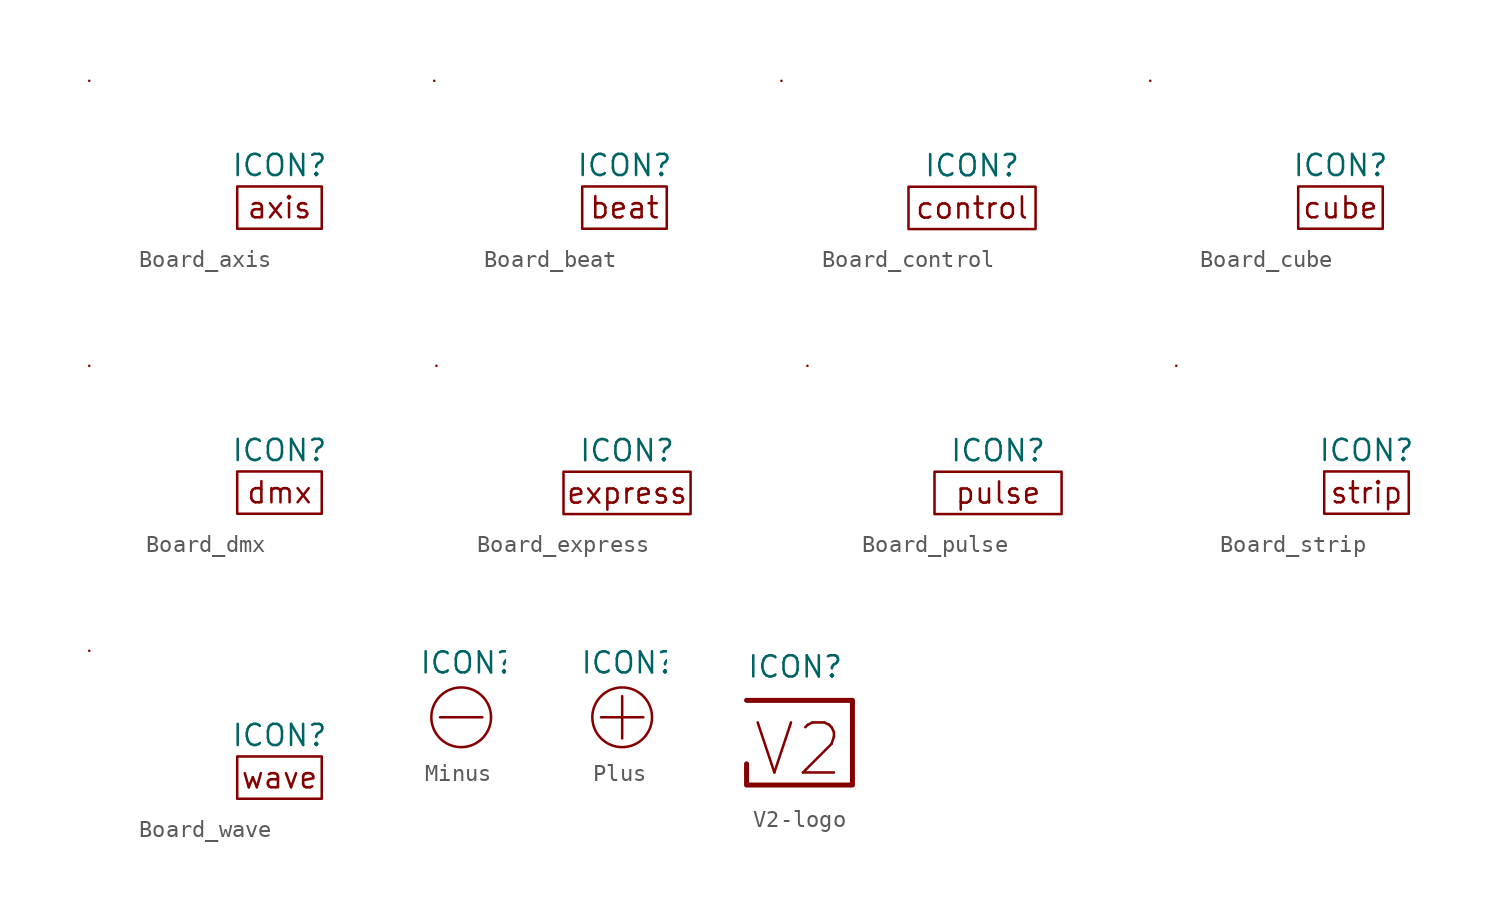
<source format=kicad_sym>
(kicad_symbol_lib
  (version 20220914)
  (generator kicad_symbol_editor)
  (symbol "Board_axis"
    (property "Reference" "ICON"
      (at 0 2.54 0)
      (effects (font (size 1.27 1.27))))
    (symbol "Board_axis_0_0"
      (rectangle (start -11.43 7.62) (end -11.43 7.62) (stroke (width 0) (type default)) (fill (type none)))
      (rectangle (start 2.54 -1.27) (end -2.54 1.27) (stroke (width 0) (type default)) (fill (type none)))
      (text "axis" (at 0 0 0) (effects (font (size 1.27 1.27))))))
  (symbol "Board_beat"
    (property "Reference" "ICON"
      (at 0 2.54 0)
      (effects (font (size 1.27 1.27))))
    (symbol "Board_beat_0_0"
      (rectangle (start -11.43 7.62) (end -11.43 7.62) (stroke (width 0) (type default)) (fill (type none)))
      (rectangle (start 2.54 -1.27) (end -2.54 1.27) (stroke (width 0) (type default)) (fill (type none))))
    (symbol "Board_beat_1_0"
      (text "beat" (at 0 0 0) (effects (font (size 1.27 1.27))))))
  (symbol "Board_control"
    (property "Reference" "ICON"
      (at 0 2.54 0)
      (effects (font (size 1.27 1.27))))
    (symbol "Board_control_0_0"
      (rectangle (start -11.43 7.62) (end -11.43 7.62) (stroke (width 0) (type default)) (fill (type none)))
      (rectangle (start -3.81 1.27) (end 3.81 -1.27) (stroke (width 0) (type default)) (fill (type none)))
      (text "control" (at 0 0 0) (effects (font (size 1.27 1.27))))))
  (symbol "Board_cube"
    (property "Reference" "ICON"
      (at 0 2.54 0)
      (effects (font (size 1.27 1.27))))
    (symbol "Board_cube_0_0"
      (rectangle (start -11.43 7.62) (end -11.43 7.62) (stroke (width 0) (type default)) (fill (type none)))
      (rectangle (start 2.54 -1.27) (end -2.54 1.27) (stroke (width 0) (type default)) (fill (type none))))
    (symbol "Board_cube_1_0"
      (text "cube" (at 0 0 0) (effects (font (size 1.27 1.27))))))
  (symbol "Board_dmx"
    (property "Reference" "ICON"
      (at 0 2.54 0)
      (effects (font (size 1.27 1.27))))
    (symbol "Board_dmx_0_0"
      (rectangle (start -11.43 7.62) (end -11.43 7.62) (stroke (width 0) (type default)) (fill (type none)))
      (rectangle (start 2.54 -1.27) (end -2.54 1.27) (stroke (width 0) (type default)) (fill (type none)))
      (text "dmx" (at 0 0 0) (effects (font (size 1.27 1.27))))))
  (symbol "Board_express"
    (property "Reference" "ICON"
      (at 0 2.54 0)
      (effects (font (size 1.27 1.27))))
    (symbol "Board_express_0_0"
      (rectangle (start -11.43 7.62) (end -11.43 7.62) (stroke (width 0) (type default)) (fill (type none)))
      (rectangle (start -3.81 1.27) (end 3.81 -1.27) (stroke (width 0) (type default)) (fill (type none)))
      (text "express" (at 0 0 0) (effects (font (size 1.27 1.27))))))
  (symbol "Board_pulse"
    (property "Reference" "ICON"
      (at 0 2.54 0)
      (effects (font (size 1.27 1.27))))
    (symbol "Board_pulse_0_0"
      (rectangle (start -11.43 7.62) (end -11.43 7.62) (stroke (width 0) (type default)) (fill (type none)))
      (rectangle (start -3.81 1.27) (end 3.81 -1.27) (stroke (width 0) (type default)) (fill (type none)))
      (text "pulse" (at 0 0 0) (effects (font (size 1.27 1.27))))))
  (symbol "Board_strip"
    (property "Reference" "ICON"
      (at 0 2.54 0)
      (effects (font (size 1.27 1.27))))
    (symbol "Board_strip_0_0"
      (rectangle (start -11.43 7.62) (end -11.43 7.62) (stroke (width 0) (type default)) (fill (type none)))
      (rectangle (start 2.54 -1.27) (end -2.54 1.27) (stroke (width 0) (type default)) (fill (type none)))
      (text "strip" (at 0 0 0) (effects (font (size 1.27 1.27))))))
  (symbol "Board_wave"
    (property "Reference" "ICON"
      (at 0 2.54 0)
      (effects (font (size 1.27 1.27))))
    (symbol "Board_wave_0_0"
      (rectangle (start -11.43 7.62) (end -11.43 7.62) (stroke (width 0) (type default)) (fill (type none)))
      (rectangle (start 2.54 -1.27) (end -2.54 1.27) (stroke (width 0) (type default)) (fill (type none))))
    (symbol "Board_wave_1_0"
      (text "wave" (at 0 0 0) (effects (font (size 1.27 1.27))))))
  (symbol "Minus"
    (property "Reference" "ICON"
      (at -2.54 2.54 0)
      (effects (font (size 1.27 1.27)) (justify left bottom)))
    (symbol "Minus_0_1"
      (polyline (pts (xy -1.27 0) (xy 1.27 0)) (stroke (width 0) (type default)) (fill (type none)))
      (circle (center 0 0) (radius 1.796) (stroke (width 0) (type default)) (fill (type none)))))
  (symbol "Plus"
    (property "Reference" "ICON"
      (at -2.54 2.54 0)
      (effects (font (size 1.27 1.27)) (justify left bottom)))
    (symbol "Plus_0_1"
      (polyline (pts (xy -1.27 0) (xy 1.27 0)) (stroke (width 0) (type default)) (fill (type none)))
      (polyline (pts (xy 0 1.27) (xy 0 -1.27)) (stroke (width 0) (type default)) (fill (type none)))
      (circle (center 0 0) (radius 1.796) (stroke (width 0) (type default)) (fill (type none)))))
  (symbol "V2-logo"
    (property "Reference" "ICON"
      (at -3.81 2.54 0)
      (effects (font (size 1.27 1.27)) (justify left bottom)))
    (symbol "V2-logo_1_0"
      (polyline (pts (xy -3.81 1.27) (xy 2.54 1.27) (xy 2.54 -3.81) (xy -3.81 -3.81) (xy -3.81 -2.54)) (stroke (width 0.3) (type default)) (fill (type none)))
      (text "V2" (at -0.714 -1.675 0) (effects (font (size 3 3)))))))
</source>
